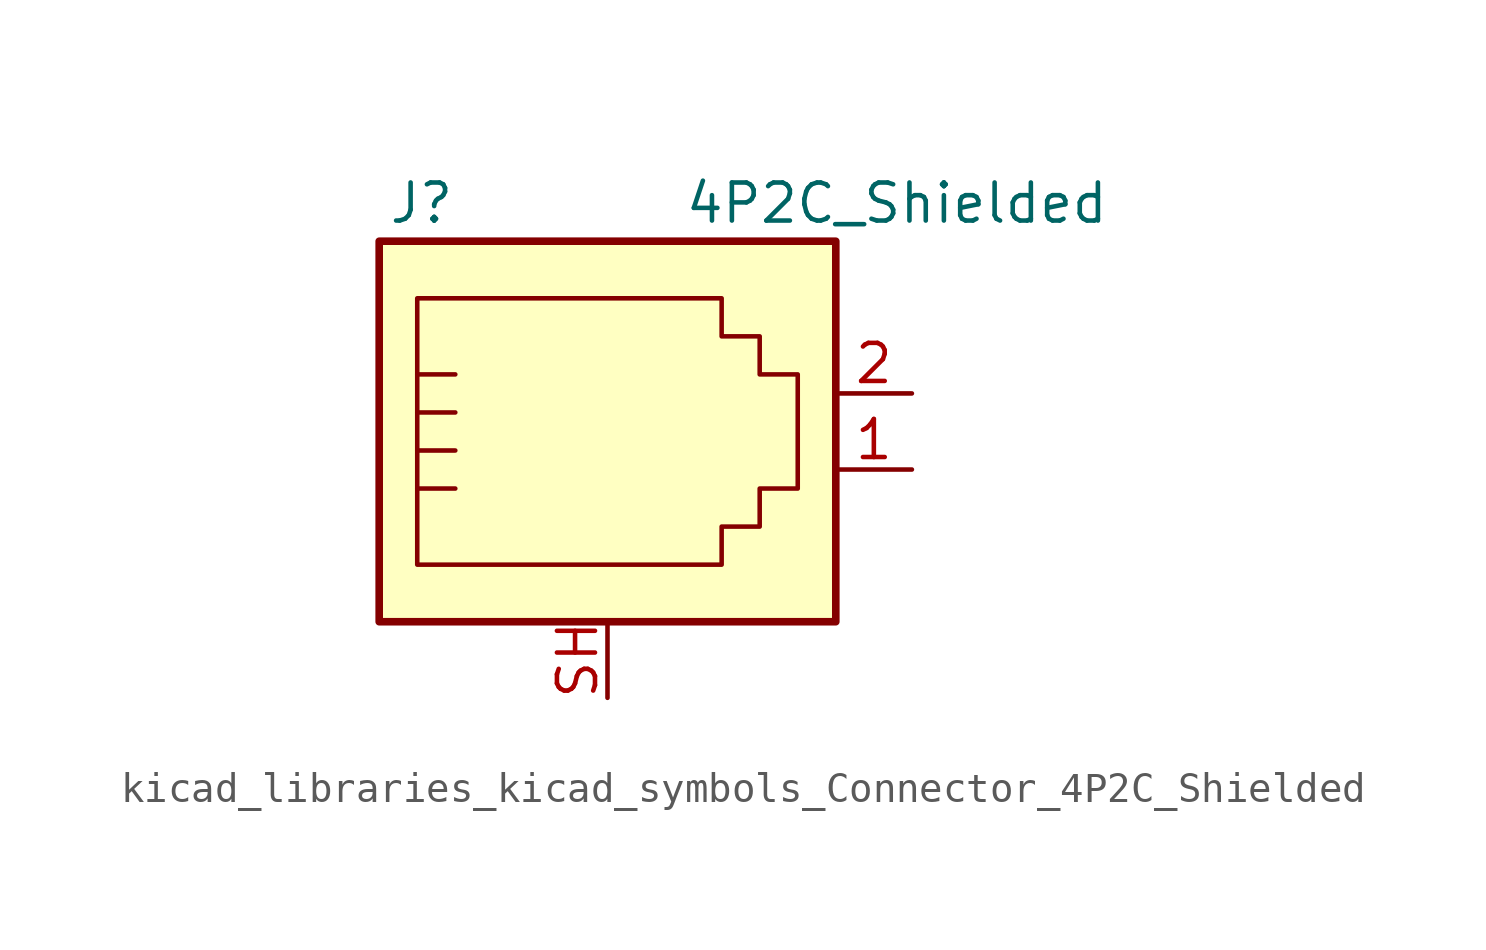
<source format=kicad_sym>
(kicad_symbol_lib
  (version 20220914)
  (generator kicad_symbol_editor)
  (symbol "kicad_libraries_kicad_symbols_Connector_4P2C_Shielded"
    (pin_names
      (offset 1.016))
    (property "Reference" "J"
      (at -5.08 8.89 0)
      (effects (font (size 1.27 1.27)) (justify right)))
    (property "Value" "4P2C_Shielded"
      (at 2.54 8.89 0)
      (effects (font (size 1.27 1.27)) (justify left)))
    (symbol "kicad_libraries_kicad_symbols_Connector_4P2C_Shielded_0_1"
      (polyline (pts (xy -6.35 -0.635) (xy -5.08 -0.635) (xy -5.08 -0.635)) (stroke (width 0) (type default)) (fill (type none)))
      (polyline (pts (xy -6.35 0.635) (xy -5.08 0.635) (xy -5.08 0.635)) (stroke (width 0) (type default)) (fill (type none)))
      (polyline (pts (xy -6.35 1.905) (xy -5.08 1.905) (xy -5.08 1.905)) (stroke (width 0) (type default)) (fill (type none)))
      (polyline (pts (xy -6.35 3.175) (xy -5.08 3.175) (xy -5.08 3.175)) (stroke (width 0) (type default)) (fill (type none)))
      (polyline (pts (xy -6.35 -3.175) (xy -6.35 5.715) (xy -1.27 5.715) (xy 3.81 5.715) (xy 3.81 4.445) (xy 5.08 4.445) (xy 5.08 3.175) (xy 6.35 3.175) (xy 6.35 -0.635) (xy 5.08 -0.635) (xy 5.08 -1.905) (xy 3.81 -1.905) (xy 3.81 -3.175) (xy -6.35 -3.175) (xy -6.35 -3.175)) (stroke (width 0) (type default)) (fill (type none)))
      (rectangle (start 7.62 7.62) (end -7.62 -5.08) (stroke (width 0.254) (type default)) (fill (type background))))
    (symbol "kicad_libraries_kicad_symbols_Connector_4P2C_Shielded_1_1"
      (pin passive line (at 10.16 0 180) (length 2.54) (name "~" (effects (font (size 1.27 1.27)))) (number "1" (effects (font (size 1.27 1.27)))))
      (pin passive line (at 10.16 2.54 180) (length 2.54) (name "~" (effects (font (size 1.27 1.27)))) (number "2" (effects (font (size 1.27 1.27)))))
      (pin passive line (at 0 -7.62 90) (length 2.54) (name "~" (effects (font (size 1.27 1.27)))) (number "SH" (effects (font (size 1.27 1.27))))))))
</source>
